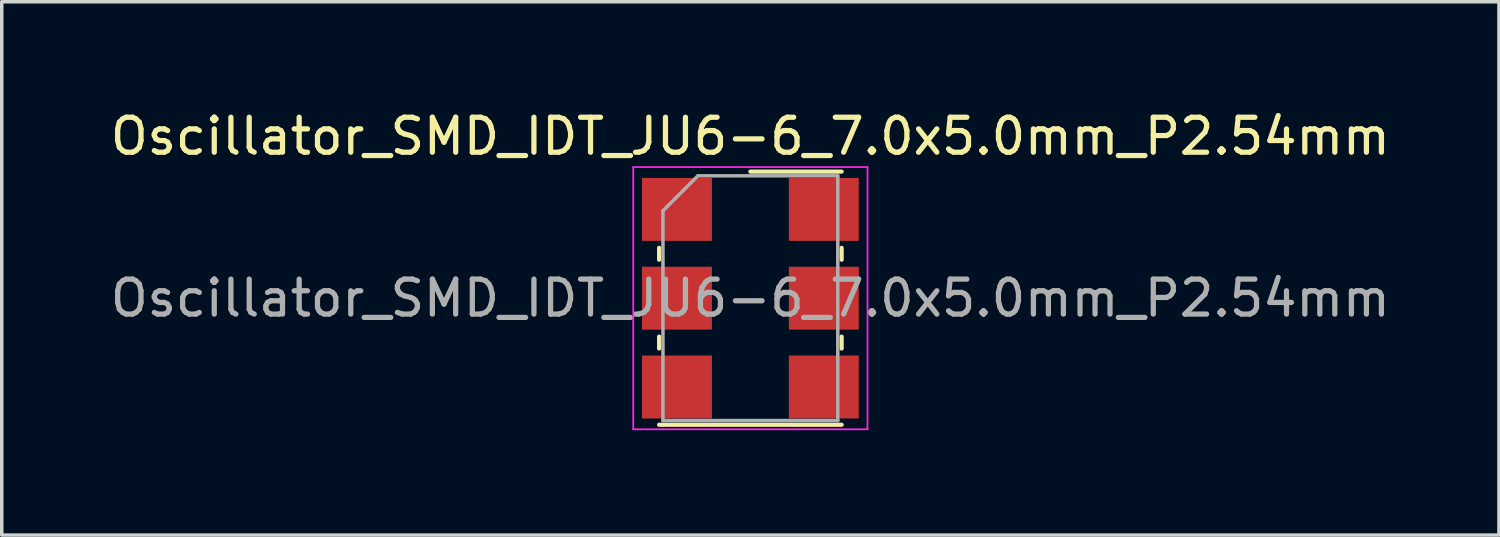
<source format=kicad_pcb>
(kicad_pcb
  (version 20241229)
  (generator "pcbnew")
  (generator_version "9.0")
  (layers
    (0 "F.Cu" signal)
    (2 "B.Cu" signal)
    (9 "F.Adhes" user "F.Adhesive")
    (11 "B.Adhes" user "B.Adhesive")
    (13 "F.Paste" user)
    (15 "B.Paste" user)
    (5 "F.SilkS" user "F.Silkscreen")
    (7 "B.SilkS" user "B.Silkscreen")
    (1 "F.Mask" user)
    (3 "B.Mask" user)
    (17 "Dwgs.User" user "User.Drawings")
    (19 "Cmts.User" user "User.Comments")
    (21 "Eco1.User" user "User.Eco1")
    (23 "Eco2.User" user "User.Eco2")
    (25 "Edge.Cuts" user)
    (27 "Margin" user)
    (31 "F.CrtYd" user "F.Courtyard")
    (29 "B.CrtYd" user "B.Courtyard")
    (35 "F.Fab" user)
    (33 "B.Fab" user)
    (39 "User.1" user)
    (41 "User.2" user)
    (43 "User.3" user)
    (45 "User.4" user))
  (footprint "Oscillator_SMD_IDT_JU6-6_7.0x5.0mm_P2.54mm"
    (layer "F.Cu")
    (at 18.411 5.478)
    (property "Reference" "Oscillator_SMD_IDT_JU6-6_7.0x5.0mm_P2.54mm" (at 0 -4.63 0) (layer "F.SilkS") (effects (font (size 1 1) (thickness 0.15))))
    (attr smd)
    (fp_line (start -2.61 -1.1) (end -2.61 -1.44) (stroke (width 0.12) (type solid)) (layer "F.SilkS"))
    (fp_line (start -2.61 1.44) (end -2.61 1.1) (stroke (width 0.12) (type solid)) (layer "F.SilkS"))
    (fp_line (start 0 -3.62) (end 2.61 -3.62) (stroke (width 0.12) (type solid)) (layer "F.SilkS"))
    (fp_line (start 2.61 -1.44) (end 2.61 -1.1) (stroke (width 0.12) (type solid)) (layer "F.SilkS"))
    (fp_line (start 2.61 1.1) (end 2.61 1.44) (stroke (width 0.12) (type solid)) (layer "F.SilkS"))
    (fp_line (start 2.61 3.62) (end -2.61 3.62) (stroke (width 0.12) (type solid)) (layer "F.SilkS"))
    (fp_line (start -3.35 -3.75) (end -3.35 3.75) (stroke (width 0.05) (type solid)) (layer "F.CrtYd"))
    (fp_line (start -3.35 3.75) (end 3.35 3.75) (stroke (width 0.05) (type solid)) (layer "F.CrtYd"))
    (fp_line (start 3.35 -3.75) (end -3.35 -3.75) (stroke (width 0.05) (type solid)) (layer "F.CrtYd"))
    (fp_line (start 3.35 3.75) (end 3.35 -3.75) (stroke (width 0.05) (type solid)) (layer "F.CrtYd"))
    (fp_line (start -2.5 -2.5) (end -2.5 3.5) (stroke (width 0.1) (type solid)) (layer "F.Fab"))
    (fp_line (start -2.5 3.5) (end 2.5 3.5) (stroke (width 0.1) (type solid)) (layer "F.Fab"))
    (fp_line (start -1.5 -3.5) (end -2.5 -2.5) (stroke (width 0.1) (type solid)) (layer "F.Fab"))
    (fp_line (start 2.5 -3.5) (end -1.5 -3.5) (stroke (width 0.1) (type solid)) (layer "F.Fab"))
    (fp_line (start 2.5 3.5) (end 2.5 -3.5) (stroke (width 0.1) (type solid)) (layer "F.Fab"))
    (fp_text user "${REFERENCE}" (at 0 0 0) (layer "F.Fab") (effects (font (size 1 1) (thickness 0.15))))
    (pad "1" smd rect (at -2.1 -2.54 270) (size 1.8 2) (layers "F.Cu" "F.Mask" "F.Paste"))
    (pad "2" smd rect (at -2.1 0 270) (size 1.8 2) (layers "F.Cu" "F.Mask" "F.Paste"))
    (pad "3" smd rect (at -2.1 2.54 270) (size 1.8 2) (layers "F.Cu" "F.Mask" "F.Paste"))
    (pad "4" smd rect (at 2.1 2.54 270) (size 1.8 2) (layers "F.Cu" "F.Mask" "F.Paste"))
    (pad "5" smd rect (at 2.1 0 270) (size 1.8 2) (layers "F.Cu" "F.Mask" "F.Paste"))
    (pad "6" smd rect (at 2.1 -2.54 270) (size 1.8 2) (layers "F.Cu" "F.Mask" "F.Paste")))
  (gr_rect
    (start -3 -3)
    (end 39.821 12.253)
    (stroke (width 0.1) (type default))
    (fill no)
    (layer "Edge.Cuts")))
</source>
